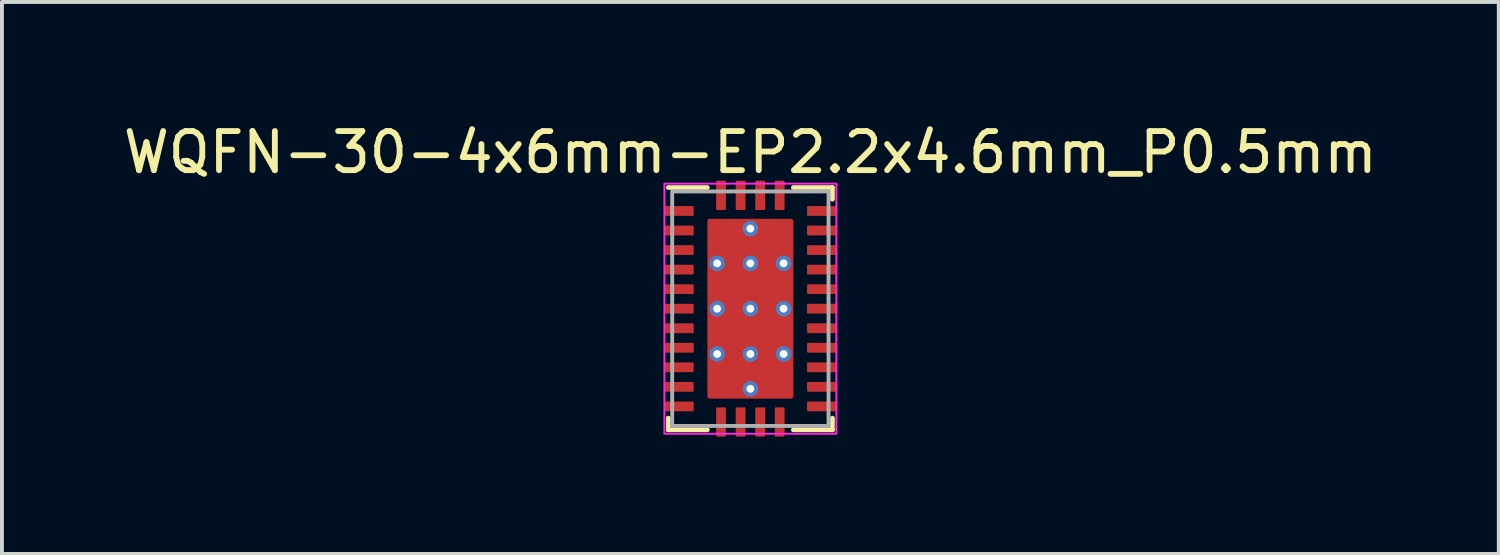
<source format=kicad_pcb>
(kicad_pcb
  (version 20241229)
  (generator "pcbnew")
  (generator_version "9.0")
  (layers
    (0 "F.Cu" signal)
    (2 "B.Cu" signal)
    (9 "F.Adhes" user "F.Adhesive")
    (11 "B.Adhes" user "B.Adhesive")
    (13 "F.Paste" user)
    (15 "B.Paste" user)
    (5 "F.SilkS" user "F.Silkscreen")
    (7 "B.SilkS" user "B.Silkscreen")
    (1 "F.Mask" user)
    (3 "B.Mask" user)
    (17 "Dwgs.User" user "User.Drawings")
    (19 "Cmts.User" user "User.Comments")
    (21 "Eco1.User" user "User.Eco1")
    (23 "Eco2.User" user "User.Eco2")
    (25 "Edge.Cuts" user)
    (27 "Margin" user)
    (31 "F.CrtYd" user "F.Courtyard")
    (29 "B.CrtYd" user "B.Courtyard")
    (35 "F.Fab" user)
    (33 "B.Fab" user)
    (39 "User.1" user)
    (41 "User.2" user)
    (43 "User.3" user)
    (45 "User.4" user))
  (footprint "WQFN-30-4x6mm-EP2.2x4.6mm_P0.5mm"
    (layer "F.Cu")
    (at 16.149 4.848)
    (property "Reference" "WQFN-30-4x6mm-EP2.2x4.6mm_P0.5mm" (at 0 -4 0) (unlocked yes) (layer "F.SilkS") (effects (font (size 1 1) (thickness 0.15))))
    (attr smd)
    (fp_line (start -2.1 -3.1) (end -1.1 -3.1) (stroke (width 0.12) (type default)) (layer "F.SilkS"))
    (fp_line (start -2.1 3.1) (end -2.1 2.8) (stroke (width 0.12) (type default)) (layer "F.SilkS"))
    (fp_line (start -1.1 3.1) (end -2.1 3.1) (stroke (width 0.12) (type default)) (layer "F.SilkS"))
    (fp_line (start 1.1 -3.1) (end 2.1 -3.1) (stroke (width 0.12) (type default)) (layer "F.SilkS"))
    (fp_line (start 2.1 -3.1) (end 2.1 -2.8) (stroke (width 0.12) (type default)) (layer "F.SilkS"))
    (fp_line (start 2.1 3.1) (end 1.1 3.1) (stroke (width 0.12) (type default)) (layer "F.SilkS"))
    (fp_line (start 2.1 3.1) (end 2.1 2.8) (stroke (width 0.12) (type default)) (layer "F.SilkS"))
    (fp_rect (start -1.06 -2.22) (end -0.1 -1.26) (stroke (width 0.00001) (type solid)) (fill yes) (layer "F.Paste"))
    (fp_rect (start -1.06 -1.06) (end -0.1 -0.1) (stroke (width 0.00001) (type solid)) (fill yes) (layer "F.Paste"))
    (fp_rect (start -1.06 0.1) (end -0.1 1.06) (stroke (width 0.00001) (type solid)) (fill yes) (layer "F.Paste"))
    (fp_rect (start -1.06 1.26) (end -0.1 2.22) (stroke (width 0.00001) (type solid)) (fill yes) (layer "F.Paste"))
    (fp_rect (start 0.1 -2.22) (end 1.06 -1.26) (stroke (width 0.00001) (type solid)) (fill yes) (layer "F.Paste"))
    (fp_rect (start 0.1 -1.06) (end 1.06 -0.1) (stroke (width 0.00001) (type solid)) (fill yes) (layer "F.Paste"))
    (fp_rect (start 0.1 0.1) (end 1.06 1.06) (stroke (width 0.00001) (type solid)) (fill yes) (layer "F.Paste"))
    (fp_rect (start 0.1 1.26) (end 1.06 2.22) (stroke (width 0.00001) (type solid)) (fill yes) (layer "F.Paste"))
    (fp_rect (start -2.2 -3.2) (end 2.2 3.2) (stroke (width 0.05) (type default)) (fill no) (layer "F.CrtYd"))
    (fp_rect (start -2 -3) (end 2 3) (stroke (width 0.1) (type default)) (fill no) (layer "F.Fab"))
    (pad "1" smd roundrect (at -1.825 -2.5) (size 0.75 0.25) (layers "F.Cu" "F.Mask" "F.Paste") (roundrect_rratio 0.1))
    (pad "2" smd roundrect (at -1.825 -2) (size 0.75 0.25) (layers "F.Cu" "F.Mask" "F.Paste") (roundrect_rratio 0.1))
    (pad "3" smd roundrect (at -1.825 -1.5) (size 0.75 0.25) (layers "F.Cu" "F.Mask" "F.Paste") (roundrect_rratio 0.1))
    (pad "4" smd roundrect (at -1.825 -1) (size 0.75 0.25) (layers "F.Cu" "F.Mask" "F.Paste") (roundrect_rratio 0.1))
    (pad "5" smd roundrect (at -1.825 -0.5) (size 0.75 0.25) (layers "F.Cu" "F.Mask" "F.Paste") (roundrect_rratio 0.1))
    (pad "6" smd roundrect (at -1.825 0) (size 0.75 0.25) (layers "F.Cu" "F.Mask" "F.Paste") (roundrect_rratio 0.1))
    (pad "7" smd roundrect (at -1.825 0.5) (size 0.75 0.25) (layers "F.Cu" "F.Mask" "F.Paste") (roundrect_rratio 0.1))
    (pad "8" smd roundrect (at -1.825 1) (size 0.75 0.25) (layers "F.Cu" "F.Mask" "F.Paste") (roundrect_rratio 0.1))
    (pad "9" smd roundrect (at -1.825 1.5) (size 0.75 0.25) (layers "F.Cu" "F.Mask" "F.Paste") (roundrect_rratio 0.1))
    (pad "10" smd roundrect (at -1.825 2) (size 0.75 0.25) (layers "F.Cu" "F.Mask" "F.Paste") (roundrect_rratio 0.1))
    (pad "11" smd roundrect (at -1.825 2.5) (size 0.75 0.25) (layers "F.Cu" "F.Mask" "F.Paste") (roundrect_rratio 0.1))
    (pad "12" smd roundrect (at -0.75 2.9 90) (size 0.75 0.25) (layers "F.Cu" "F.Mask" "F.Paste") (roundrect_rratio 0.1))
    (pad "13" smd roundrect (at -0.25 2.9 90) (size 0.75 0.25) (layers "F.Cu" "F.Mask" "F.Paste") (roundrect_rratio 0.1))
    (pad "14" smd roundrect (at 0.25 2.9 90) (size 0.75 0.25) (layers "F.Cu" "F.Mask" "F.Paste") (roundrect_rratio 0.1))
    (pad "15" smd roundrect (at 0.75 2.9 90) (size 0.75 0.25) (layers "F.Cu" "F.Mask" "F.Paste") (roundrect_rratio 0.1))
    (pad "16" smd roundrect (at 1.825 2.5) (size 0.75 0.25) (layers "F.Cu" "F.Mask" "F.Paste") (roundrect_rratio 0.1))
    (pad "17" smd roundrect (at 1.825 2) (size 0.75 0.25) (layers "F.Cu" "F.Mask" "F.Paste") (roundrect_rratio 0.1))
    (pad "18" smd roundrect (at 1.825 1.5) (size 0.75 0.25) (layers "F.Cu" "F.Mask" "F.Paste") (roundrect_rratio 0.1))
    (pad "19" smd roundrect (at 1.825 1) (size 0.75 0.25) (layers "F.Cu" "F.Mask" "F.Paste") (roundrect_rratio 0.1))
    (pad "20" smd roundrect (at 1.825 0.5) (size 0.75 0.25) (layers "F.Cu" "F.Mask" "F.Paste") (roundrect_rratio 0.1))
    (pad "21" smd roundrect (at 1.825 0) (size 0.75 0.25) (layers "F.Cu" "F.Mask" "F.Paste") (roundrect_rratio 0.1))
    (pad "22" smd roundrect (at 1.825 -0.5) (size 0.75 0.25) (layers "F.Cu" "F.Mask" "F.Paste") (roundrect_rratio 0.1))
    (pad "23" smd roundrect (at 1.825 -1) (size 0.75 0.25) (layers "F.Cu" "F.Mask" "F.Paste") (roundrect_rratio 0.1))
    (pad "24" smd roundrect (at 1.825 -1.5) (size 0.75 0.25) (layers "F.Cu" "F.Mask" "F.Paste") (roundrect_rratio 0.1))
    (pad "25" smd roundrect (at 1.825 -2) (size 0.75 0.25) (layers "F.Cu" "F.Mask" "F.Paste") (roundrect_rratio 0.1))
    (pad "26" smd roundrect (at 1.825 -2.5) (size 0.75 0.25) (layers "F.Cu" "F.Mask" "F.Paste") (roundrect_rratio 0.1))
    (pad "27" smd roundrect (at 0.75 -2.9 90) (size 0.75 0.25) (layers "F.Cu" "F.Mask" "F.Paste") (roundrect_rratio 0.1))
    (pad "28" smd roundrect (at 0.25 -2.9 90) (size 0.75 0.25) (layers "F.Cu" "F.Mask" "F.Paste") (roundrect_rratio 0.1))
    (pad "29" smd roundrect (at -0.25 -2.9 90) (size 0.75 0.25) (layers "F.Cu" "F.Mask" "F.Paste") (roundrect_rratio 0.1))
    (pad "30" smd roundrect (at -0.75 -2.9 90) (size 0.75 0.25) (layers "F.Cu" "F.Mask" "F.Paste") (roundrect_rratio 0.1))
    (pad "31" thru_hole circle (at -0.85 -1.16 90) (size 0.4 0.4) (drill 0.2) (layers "*.Cu" "*.Mask"))
    (pad "31" thru_hole circle (at -0.85 0 90) (size 0.4 0.4) (drill 0.2) (layers "*.Cu" "*.Mask"))
    (pad "31" thru_hole circle (at -0.85 1.16 90) (size 0.4 0.4) (drill 0.2) (layers "*.Cu" "*.Mask"))
    (pad "31" thru_hole circle (at 0 -2.05 90) (size 0.4 0.4) (drill 0.2) (layers "*.Cu" "*.Mask"))
    (pad "31" thru_hole circle (at 0 -1.16 90) (size 0.4 0.4) (drill 0.2) (layers "*.Cu" "*.Mask"))
    (pad "31" thru_hole circle (at 0 0 90) (size 0.4 0.4) (drill 0.2) (layers "*.Cu" "*.Mask"))
    (pad "31" smd roundrect (at 0 0) (size 2.2 4.6) (layers "F.Cu" "F.Mask") (roundrect_rratio 0.027))
    (pad "31" thru_hole circle (at 0 1.16 90) (size 0.4 0.4) (drill 0.2) (layers "*.Cu" "*.Mask"))
    (pad "31" thru_hole circle (at 0 2.05 90) (size 0.4 0.4) (drill 0.2) (layers "*.Cu" "*.Mask"))
    (pad "31" thru_hole circle (at 0.85 -1.16 90) (size 0.4 0.4) (drill 0.2) (layers "*.Cu" "*.Mask"))
    (pad "31" thru_hole circle (at 0.85 0 90) (size 0.4 0.4) (drill 0.2) (layers "*.Cu" "*.Mask"))
    (pad "31" thru_hole circle (at 0.85 1.16 90) (size 0.4 0.4) (drill 0.2) (layers "*.Cu" "*.Mask")))
  (gr_rect
    (start -3 -3)
    (end 35.298 11.123)
    (stroke (width 0.1) (type default))
    (fill no)
    (layer "Edge.Cuts")))
</source>
